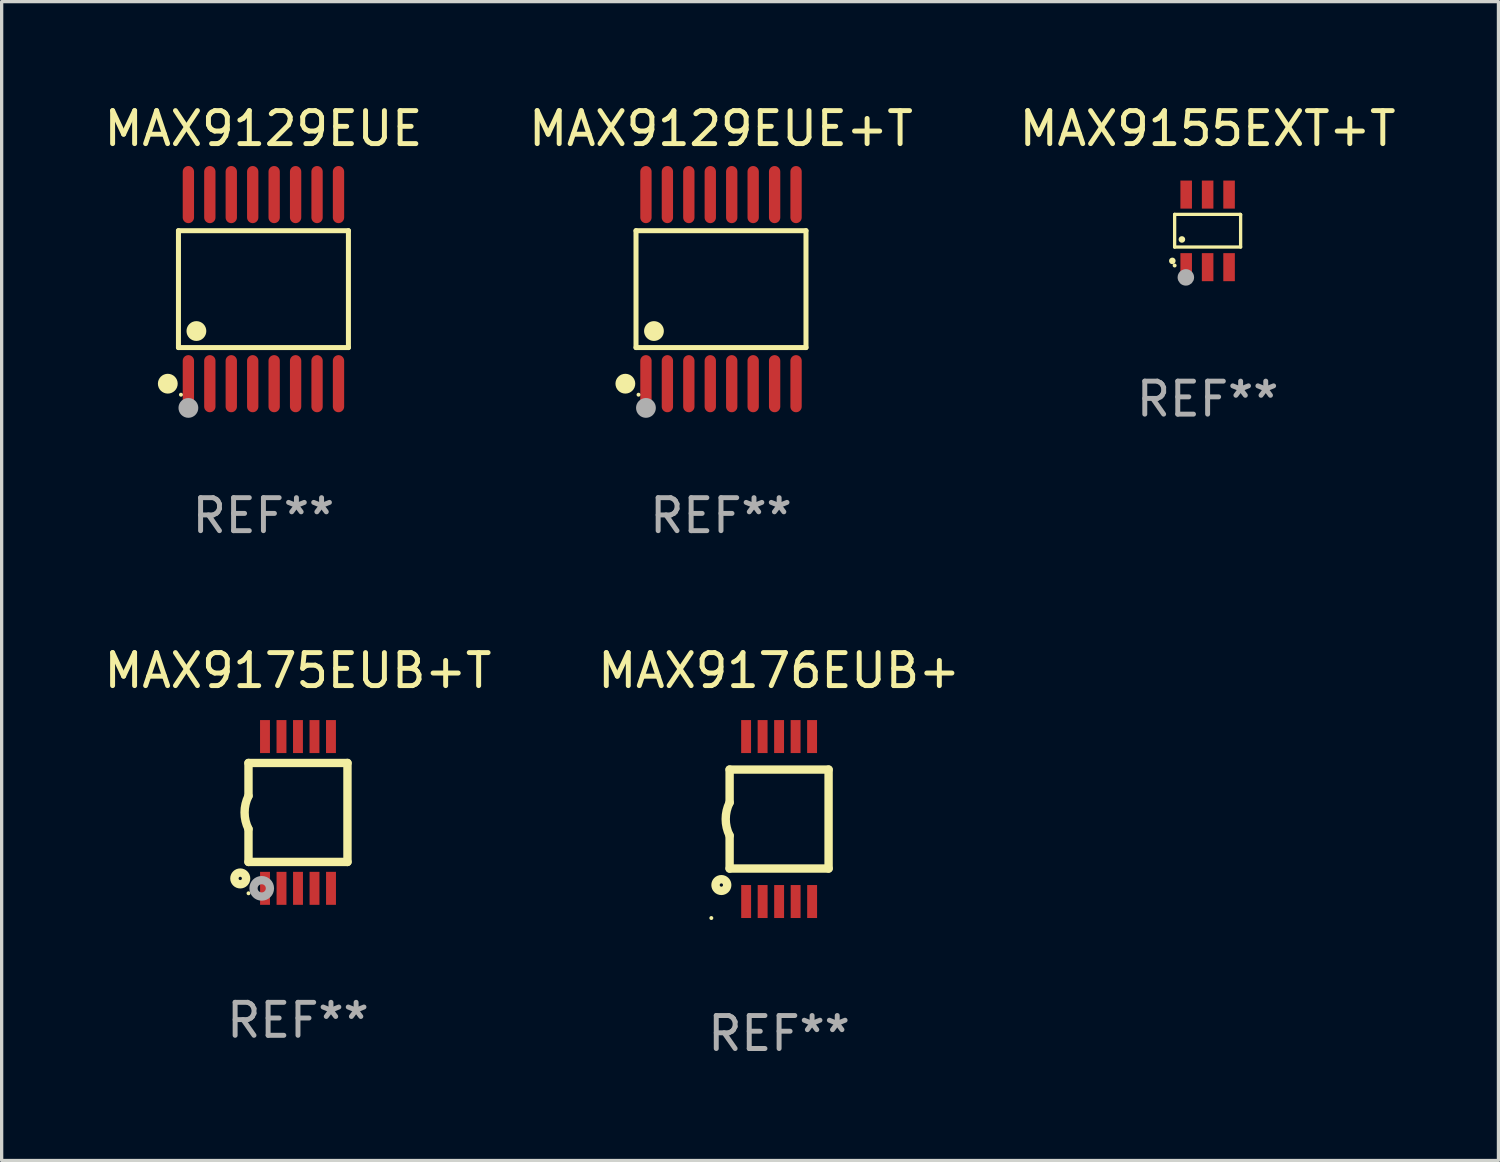
<source format=kicad_pcb>
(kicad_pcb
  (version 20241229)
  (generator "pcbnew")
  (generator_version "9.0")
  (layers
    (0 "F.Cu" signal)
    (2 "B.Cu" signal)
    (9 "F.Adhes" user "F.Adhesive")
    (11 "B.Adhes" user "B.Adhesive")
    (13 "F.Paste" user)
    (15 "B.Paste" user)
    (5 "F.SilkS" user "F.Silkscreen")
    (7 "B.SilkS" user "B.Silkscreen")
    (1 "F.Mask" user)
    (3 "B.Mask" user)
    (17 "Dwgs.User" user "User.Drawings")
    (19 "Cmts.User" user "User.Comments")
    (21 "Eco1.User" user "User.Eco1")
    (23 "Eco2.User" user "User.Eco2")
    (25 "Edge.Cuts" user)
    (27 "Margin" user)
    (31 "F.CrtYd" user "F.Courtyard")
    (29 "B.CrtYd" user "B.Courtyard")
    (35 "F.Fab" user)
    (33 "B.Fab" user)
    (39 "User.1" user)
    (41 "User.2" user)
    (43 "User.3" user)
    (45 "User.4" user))
  (footprint "MAX9175EUB+T"
    (layer "F.Cu")
    (at 5.982 21.576)
    (property "Reference" "MAX9175EUB+T" (at 0 -4.3 0) (layer "F.SilkS") (effects (font (size 1 1) (thickness 0.15))))
    (attr through_hole)
    (fp_line (start -1.5 -1.5) (end -1.5 -0.5) (stroke (width 0.254) (type solid)) (layer "F.SilkS"))
    (fp_line (start -1.5 1.5) (end -1.5 0.5) (stroke (width 0.254) (type solid)) (layer "F.SilkS"))
    (fp_line (start -1.5 1.5) (end 1.5 1.5) (stroke (width 0.254) (type solid)) (layer "F.SilkS"))
    (fp_line (start 1.5 1.5) (end 1.5 -1.5) (stroke (width 0.254) (type solid)) (layer "F.SilkS"))
    (fp_line (start 1.5 -1.5) (end -1.5 -1.5) (stroke (width 0.254) (type solid)) (layer "F.SilkS"))
    (fp_arc (start -1.500165 0.5) (mid -1.618199 0) (end -1.500165 -0.5) (stroke (width 0.254001) (type solid)) (layer "F.SilkS"))
    (fp_circle (center -1.75 2) (end -1.573 2) (stroke (width 0.254) (type solid)) (fill no) (layer "F.SilkS"))
    (fp_circle (center -1.499 2.45) (end -1.469 2.45) (stroke (width 0.06) (type solid)) (fill no) (layer "F.SilkS"))
    (fp_circle (center -1.099 2.3) (end -0.975 2.3) (stroke (width 0.25) (type solid)) (fill no) (layer "F.Fab"))
    (fp_text user "REF**" (at 0 6.3 0) (layer "F.Fab") (effects (font (size 1 1) (thickness 0.15))))
    (pad "1" smd rect (at -0.999 2.3 180) (size 0.3 1) (layers "F.Cu" "F.Mask" "F.Paste"))
    (pad "2" smd rect (at -0.499 2.3 180) (size 0.3 1) (layers "F.Cu" "F.Mask" "F.Paste"))
    (pad "3" smd rect (at 0.001 2.3 180) (size 0.3 1) (layers "F.Cu" "F.Mask" "F.Paste"))
    (pad "4" smd rect (at 0.501 2.3 180) (size 0.3 1) (layers "F.Cu" "F.Mask" "F.Paste"))
    (pad "5" smd rect (at 1.001 2.3 180) (size 0.3 1) (layers "F.Cu" "F.Mask" "F.Paste"))
    (pad "6" smd rect (at 1 -2.3 180) (size 0.3 1) (layers "F.Cu" "F.Mask" "F.Paste"))
    (pad "7" smd rect (at 0.5 -2.3 180) (size 0.3 1) (layers "F.Cu" "F.Mask" "F.Paste"))
    (pad "8" smd rect (at -0.000165 -2.3 180) (size 0.3 1) (layers "F.Cu" "F.Mask" "F.Paste"))
    (pad "9" smd rect (at -0.5 -2.3 180) (size 0.3 1) (layers "F.Cu" "F.Mask" "F.Paste"))
    (pad "10" smd rect (at -1 -2.3 180) (size 0.3 1) (layers "F.Cu" "F.Mask" "F.Paste")))
  (footprint "MAX9129EUE+T"
    (layer "F.Cu")
    (at 18.804 5.714)
    (property "Reference" "MAX9129EUE+T" (at 0 -4.866 0) (layer "F.SilkS") (effects (font (size 1 1) (thickness 0.15))))
    (attr through_hole)
    (fp_line (start -2.576 -1.772) (end 2.576 -1.772) (stroke (width 0.152) (type solid)) (layer "F.SilkS"))
    (fp_line (start -2.576 1.771) (end -2.576 -1.772) (stroke (width 0.152) (type solid)) (layer "F.SilkS"))
    (fp_line (start 2.576 -1.772) (end 2.576 1.771) (stroke (width 0.152) (type solid)) (layer "F.SilkS"))
    (fp_line (start 2.576 1.771) (end -2.576 1.771) (stroke (width 0.152) (type solid)) (layer "F.SilkS"))
    (fp_circle (center -2.899 2.866) (end -2.749 2.866) (stroke (width 0.3) (type solid)) (fill no) (layer "F.SilkS"))
    (fp_circle (center -2.5 3.2) (end -2.47 3.2) (stroke (width 0.06) (type solid)) (fill no) (layer "F.SilkS"))
    (fp_circle (center -2.032 1.27) (end -1.882 1.27) (stroke (width 0.3) (type solid)) (fill no) (layer "F.SilkS"))
    (fp_circle (center -2.275 3.6) (end -2.125 3.6) (stroke (width 0.3) (type solid)) (fill no) (layer "F.Fab"))
    (fp_text user "REF**" (at 0 6.866 0) (layer "F.Fab") (effects (font (size 1 1) (thickness 0.15))))
    (pad "1" smd oval (at -2.275 2.866) (size 0.343 1.731) (layers "F.Cu" "F.Mask" "F.Paste"))
    (pad "2" smd oval (at -1.625 2.866) (size 0.343 1.731) (layers "F.Cu" "F.Mask" "F.Paste"))
    (pad "3" smd oval (at -0.975 2.866) (size 0.343 1.731) (layers "F.Cu" "F.Mask" "F.Paste"))
    (pad "4" smd oval (at -0.325 2.866) (size 0.343 1.731) (layers "F.Cu" "F.Mask" "F.Paste"))
    (pad "5" smd oval (at 0.325 2.866) (size 0.343 1.731) (layers "F.Cu" "F.Mask" "F.Paste"))
    (pad "6" smd oval (at 0.975 2.866) (size 0.343 1.731) (layers "F.Cu" "F.Mask" "F.Paste"))
    (pad "7" smd oval (at 1.625 2.866) (size 0.343 1.731) (layers "F.Cu" "F.Mask" "F.Paste"))
    (pad "8" smd oval (at 2.275 2.866) (size 0.343 1.731) (layers "F.Cu" "F.Mask" "F.Paste"))
    (pad "9" smd oval (at 2.275 -2.866) (size 0.343 1.731) (layers "F.Cu" "F.Mask" "F.Paste"))
    (pad "10" smd oval (at 1.625 -2.866) (size 0.343 1.731) (layers "F.Cu" "F.Mask" "F.Paste"))
    (pad "11" smd oval (at 0.975 -2.866) (size 0.343 1.731) (layers "F.Cu" "F.Mask" "F.Paste"))
    (pad "12" smd oval (at 0.325 -2.866) (size 0.343 1.731) (layers "F.Cu" "F.Mask" "F.Paste"))
    (pad "13" smd oval (at -0.325 -2.866) (size 0.343 1.731) (layers "F.Cu" "F.Mask" "F.Paste"))
    (pad "14" smd oval (at -0.975 -2.866) (size 0.343 1.731) (layers "F.Cu" "F.Mask" "F.Paste"))
    (pad "15" smd oval (at -1.625 -2.866) (size 0.343 1.731) (layers "F.Cu" "F.Mask" "F.Paste"))
    (pad "16" smd oval (at -2.275 -2.866) (size 0.343 1.731) (layers "F.Cu" "F.Mask" "F.Paste")))
  (footprint "MAX9176EUB+"
    (layer "F.Cu")
    (at 20.565 21.776)
    (property "Reference" "MAX9176EUB+" (at 0 -4.5 0) (layer "F.SilkS") (effects (font (size 1 1) (thickness 0.15))))
    (attr through_hole)
    (fp_line (start -1.5 -1.5) (end -1.5 -0.5) (stroke (width 0.254) (type solid)) (layer "F.SilkS"))
    (fp_line (start -1.5 1.5) (end -1.5 0.5) (stroke (width 0.254) (type solid)) (layer "F.SilkS"))
    (fp_line (start -1.5 1.5) (end 1.5 1.5) (stroke (width 0.254) (type solid)) (layer "F.SilkS"))
    (fp_line (start 1.5 1.5) (end 1.5 -1.5) (stroke (width 0.254) (type solid)) (layer "F.SilkS"))
    (fp_line (start 1.5 -1.5) (end -1.5 -1.5) (stroke (width 0.254) (type solid)) (layer "F.SilkS"))
    (fp_arc (start -1.500165 0.499873) (mid -1.618199 -0.000127) (end -1.500165 -0.500127) (stroke (width 0.254001) (type solid)) (layer "F.SilkS"))
    (fp_circle (center -2.054 3) (end -2.024 3) (stroke (width 0.06) (type solid)) (fill no) (layer "F.SilkS"))
    (fp_circle (center -1.75 2) (end -1.573 2) (stroke (width 0.254) (type solid)) (fill no) (layer "F.SilkS"))
    (fp_text user "REF**" (at 0 6.5 0) (layer "F.Fab") (effects (font (size 1 1) (thickness 0.15))))
    (pad "1" smd rect (at -0.999 2.5 180) (size 0.3 1) (layers "F.Cu" "F.Mask" "F.Paste"))
    (pad "2" smd rect (at -0.499 2.5 180) (size 0.3 1) (layers "F.Cu" "F.Mask" "F.Paste"))
    (pad "3" smd rect (at 0.001 2.5 180) (size 0.3 1) (layers "F.Cu" "F.Mask" "F.Paste"))
    (pad "4" smd rect (at 0.501 2.5 180) (size 0.3 1) (layers "F.Cu" "F.Mask" "F.Paste"))
    (pad "5" smd rect (at 1.001 2.5 180) (size 0.3 1) (layers "F.Cu" "F.Mask" "F.Paste"))
    (pad "6" smd rect (at 1 -2.5 180) (size 0.3 1) (layers "F.Cu" "F.Mask" "F.Paste"))
    (pad "7" smd rect (at 0.5 -2.5 180) (size 0.3 1) (layers "F.Cu" "F.Mask" "F.Paste"))
    (pad "8" smd rect (at -0.000165 -2.5 180) (size 0.3 1) (layers "F.Cu" "F.Mask" "F.Paste"))
    (pad "9" smd rect (at -0.5 -2.5 180) (size 0.3 1) (layers "F.Cu" "F.Mask" "F.Paste"))
    (pad "10" smd rect (at -1 -2.5 180) (size 0.3 1) (layers "F.Cu" "F.Mask" "F.Paste")))
  (footprint "MAX9155EXT+T"
    (layer "F.Cu")
    (at 33.554 3.948)
    (property "Reference" "MAX9155EXT+T" (at 0 -3.1 0) (layer "F.SilkS") (effects (font (size 1 1) (thickness 0.15))))
    (attr through_hole)
    (fp_line (start -1 -0.5) (end -1 0.49) (stroke (width 0.1) (type solid)) (layer "F.SilkS"))
    (fp_line (start -1 0.49) (end 1 0.49) (stroke (width 0.1) (type solid)) (layer "F.SilkS"))
    (fp_line (start 0.99 -0.5) (end -1 -0.5) (stroke (width 0.1) (type solid)) (layer "F.SilkS"))
    (fp_line (start 1 -0.49) (end 0.99 -0.5) (stroke (width 0.1) (type solid)) (layer "F.SilkS"))
    (fp_line (start 1 0.49) (end 1 -0.49) (stroke (width 0.1) (type solid)) (layer "F.SilkS"))
    (fp_circle (center -1.07 0.91) (end -1.02 0.91) (stroke (width 0.1) (type solid)) (fill no) (layer "F.SilkS"))
    (fp_circle (center -1 1.05) (end -0.97 1.05) (stroke (width 0.06) (type solid)) (fill no) (layer "F.SilkS"))
    (fp_circle (center -0.78 0.26) (end -0.73 0.26) (stroke (width 0.1) (type solid)) (fill no) (layer "F.SilkS"))
    (fp_circle (center -0.66 1.41) (end -0.535 1.41) (stroke (width 0.25) (type solid)) (fill no) (layer "F.Fab"))
    (fp_text user "REF**" (at 0 5.1 0) (layer "F.Fab") (effects (font (size 1 1) (thickness 0.15))))
    (pad "1" smd rect (at -0.65 1.1) (size 0.35 0.85) (layers "F.Cu" "F.Mask" "F.Paste"))
    (pad "2" smd rect (at 0 1.1) (size 0.35 0.85) (layers "F.Cu" "F.Mask" "F.Paste"))
    (pad "3" smd rect (at 0.65 1.1) (size 0.35 0.85) (layers "F.Cu" "F.Mask" "F.Paste"))
    (pad "4" smd rect (at 0.65 -1.1) (size 0.35 0.85) (layers "F.Cu" "F.Mask" "F.Paste"))
    (pad "5" smd rect (at 0 -1.1) (size 0.35 0.85) (layers "F.Cu" "F.Mask" "F.Paste"))
    (pad "6" smd rect (at -0.65 -1.1) (size 0.35 0.85) (layers "F.Cu" "F.Mask" "F.Paste")))
  (footprint "MAX9129EUE"
    (layer "F.Cu")
    (at 4.935 5.714)
    (property "Reference" "MAX9129EUE" (at 0 -4.866 0) (layer "F.SilkS") (effects (font (size 1 1) (thickness 0.15))))
    (attr through_hole)
    (fp_line (start -2.576 -1.772) (end 2.576 -1.772) (stroke (width 0.152) (type solid)) (layer "F.SilkS"))
    (fp_line (start -2.576 1.771) (end -2.576 -1.772) (stroke (width 0.152) (type solid)) (layer "F.SilkS"))
    (fp_line (start 2.576 -1.772) (end 2.576 1.771) (stroke (width 0.152) (type solid)) (layer "F.SilkS"))
    (fp_line (start 2.576 1.771) (end -2.576 1.771) (stroke (width 0.152) (type solid)) (layer "F.SilkS"))
    (fp_circle (center -2.899 2.866) (end -2.749 2.866) (stroke (width 0.3) (type solid)) (fill no) (layer "F.SilkS"))
    (fp_circle (center -2.5 3.2) (end -2.47 3.2) (stroke (width 0.06) (type solid)) (fill no) (layer "F.SilkS"))
    (fp_circle (center -2.032 1.27) (end -1.882 1.27) (stroke (width 0.3) (type solid)) (fill no) (layer "F.SilkS"))
    (fp_circle (center -2.275 3.6) (end -2.125 3.6) (stroke (width 0.3) (type solid)) (fill no) (layer "F.Fab"))
    (fp_text user "REF**" (at 0 6.866 0) (layer "F.Fab") (effects (font (size 1 1) (thickness 0.15))))
    (pad "1" smd oval (at -2.275 2.866) (size 0.343 1.731) (layers "F.Cu" "F.Mask" "F.Paste"))
    (pad "2" smd oval (at -1.625 2.866) (size 0.343 1.731) (layers "F.Cu" "F.Mask" "F.Paste"))
    (pad "3" smd oval (at -0.975 2.866) (size 0.343 1.731) (layers "F.Cu" "F.Mask" "F.Paste"))
    (pad "4" smd oval (at -0.325 2.866) (size 0.343 1.731) (layers "F.Cu" "F.Mask" "F.Paste"))
    (pad "5" smd oval (at 0.325 2.866) (size 0.343 1.731) (layers "F.Cu" "F.Mask" "F.Paste"))
    (pad "6" smd oval (at 0.975 2.866) (size 0.343 1.731) (layers "F.Cu" "F.Mask" "F.Paste"))
    (pad "7" smd oval (at 1.625 2.866) (size 0.343 1.731) (layers "F.Cu" "F.Mask" "F.Paste"))
    (pad "8" smd oval (at 2.275 2.866) (size 0.343 1.731) (layers "F.Cu" "F.Mask" "F.Paste"))
    (pad "9" smd oval (at 2.275 -2.866) (size 0.343 1.731) (layers "F.Cu" "F.Mask" "F.Paste"))
    (pad "10" smd oval (at 1.625 -2.866) (size 0.343 1.731) (layers "F.Cu" "F.Mask" "F.Paste"))
    (pad "11" smd oval (at 0.975 -2.866) (size 0.343 1.731) (layers "F.Cu" "F.Mask" "F.Paste"))
    (pad "12" smd oval (at 0.325 -2.866) (size 0.343 1.731) (layers "F.Cu" "F.Mask" "F.Paste"))
    (pad "13" smd oval (at -0.325 -2.866) (size 0.343 1.731) (layers "F.Cu" "F.Mask" "F.Paste"))
    (pad "14" smd oval (at -0.975 -2.866) (size 0.343 1.731) (layers "F.Cu" "F.Mask" "F.Paste"))
    (pad "15" smd oval (at -1.625 -2.866) (size 0.343 1.731) (layers "F.Cu" "F.Mask" "F.Paste"))
    (pad "16" smd oval (at -2.275 -2.866) (size 0.343 1.731) (layers "F.Cu" "F.Mask" "F.Paste")))
  (gr_rect
    (start -3 -3)
    (end 42.369 32.125)
    (stroke (width 0.1) (type default))
    (fill no)
    (layer "Edge.Cuts")))
</source>
